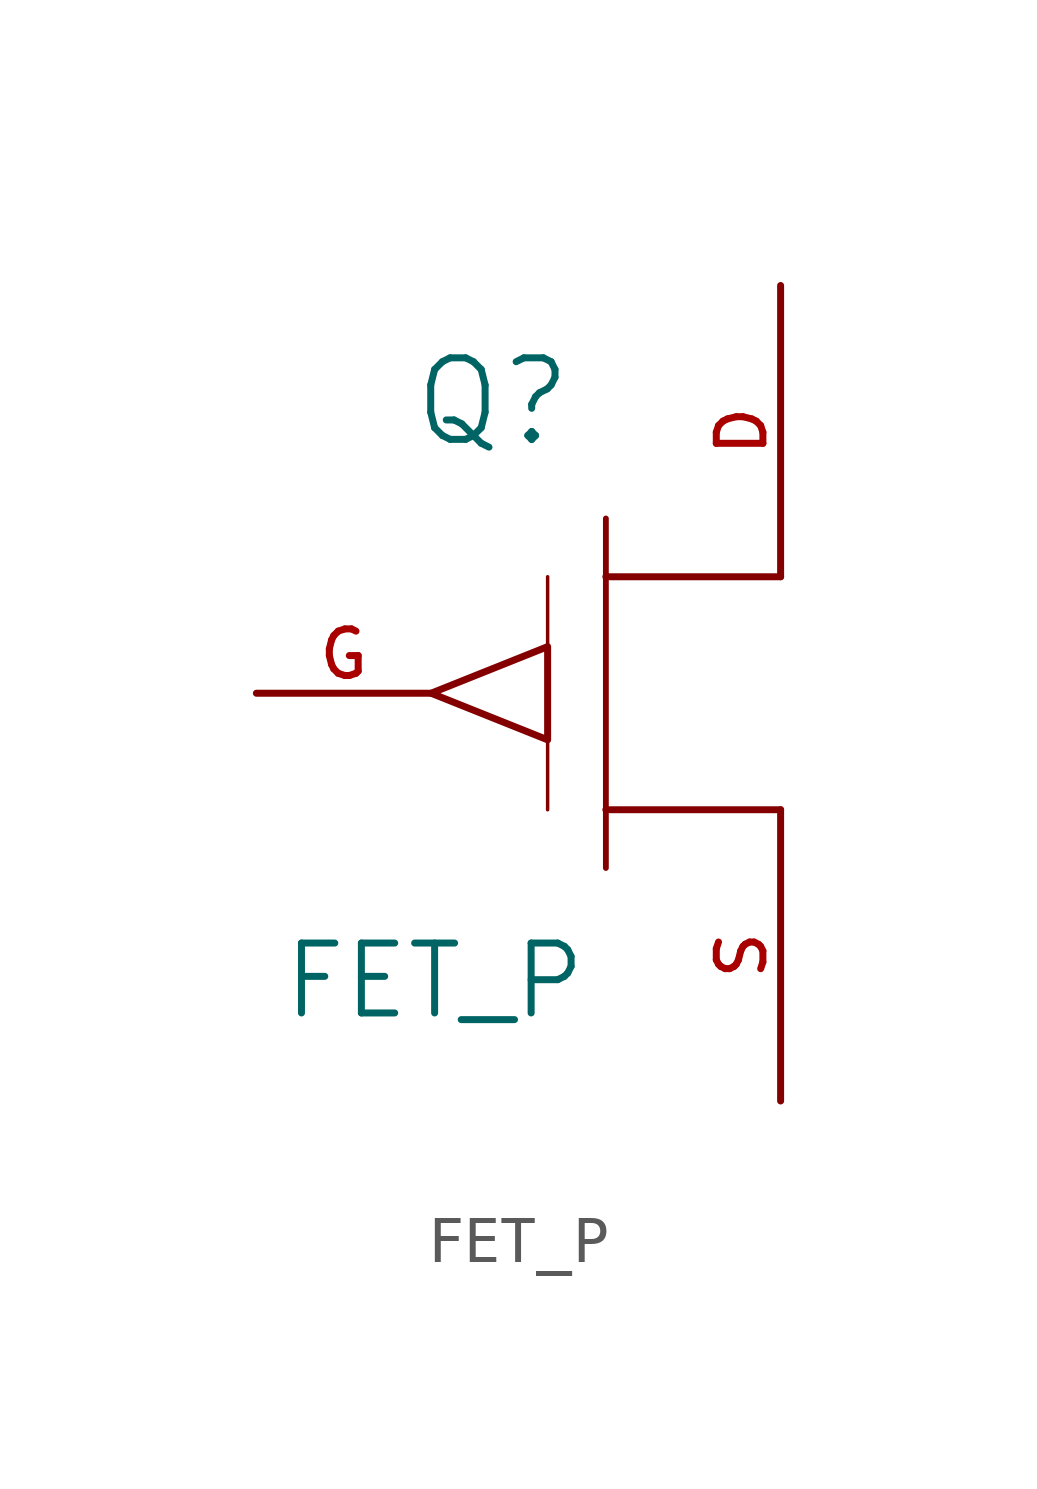
<source format=kicad_sym>
(kicad_symbol_lib
  (version 20220914)
  (generator kicad_symbol_editor)
  (symbol "FET_P"
    (pin_names
      (offset 1.016) hide)
    (property "Reference" "Q"
      (at -2.464 6.35 0)
      (effects (font (size 1.778 1.778))))
    (property "Value" "FET_P"
      (at -3.734 -6.274 0)
      (effects (font (size 1.524 1.524))))
    (symbol "FET_P_0_1"
      (polyline (pts (xy 0 -3.81) (xy 0 3.81)) (stroke (width 0.127) (type solid)) (fill (type none)))
      (polyline (pts (xy 0 -2.54) (xy 3.81 -2.54)) (stroke (width 0) (type solid)) (fill (type none)))
      (polyline (pts (xy 0 2.54) (xy 3.81 2.54)) (stroke (width 0) (type solid)) (fill (type none)))
      (polyline (pts (xy -1.27 2.54) (xy -1.27 -2.54) (xy -1.27 -2.54)) (stroke (width 0.076) (type solid)) (fill (type none)))
      (polyline (pts (xy -1.27 -1.016) (xy -3.81 0) (xy -1.27 1.016) (xy -1.27 -1.016) (xy -1.27 -1.016)) (stroke (width 0) (type solid)) (fill (type none))))
    (symbol "FET_P_1_1"
      (pin passive line (at 3.81 8.89 270) (length 6.35) (name "D" (effects (font (size 1.016 1.016)))) (number "D" (effects (font (size 1.016 1.016)))))
      (pin input line (at -7.62 0 0) (length 3.81) (name "G" (effects (font (size 1.016 1.016)))) (number "G" (effects (font (size 1.016 1.016)))))
      (pin passive line (at 3.81 -8.89 90) (length 6.35) (name "S" (effects (font (size 1.016 1.016)))) (number "S" (effects (font (size 1.016 1.016))))))))
</source>
